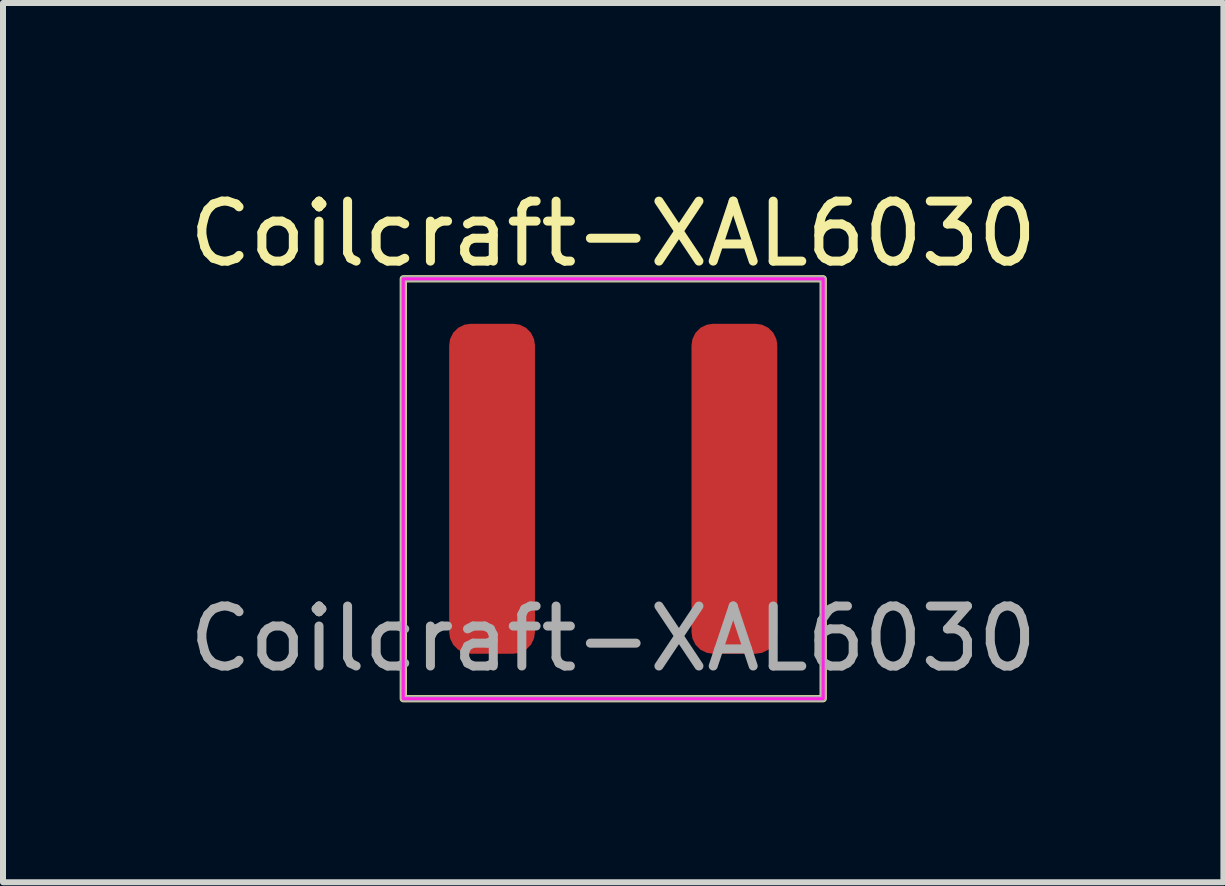
<source format=kicad_pcb>
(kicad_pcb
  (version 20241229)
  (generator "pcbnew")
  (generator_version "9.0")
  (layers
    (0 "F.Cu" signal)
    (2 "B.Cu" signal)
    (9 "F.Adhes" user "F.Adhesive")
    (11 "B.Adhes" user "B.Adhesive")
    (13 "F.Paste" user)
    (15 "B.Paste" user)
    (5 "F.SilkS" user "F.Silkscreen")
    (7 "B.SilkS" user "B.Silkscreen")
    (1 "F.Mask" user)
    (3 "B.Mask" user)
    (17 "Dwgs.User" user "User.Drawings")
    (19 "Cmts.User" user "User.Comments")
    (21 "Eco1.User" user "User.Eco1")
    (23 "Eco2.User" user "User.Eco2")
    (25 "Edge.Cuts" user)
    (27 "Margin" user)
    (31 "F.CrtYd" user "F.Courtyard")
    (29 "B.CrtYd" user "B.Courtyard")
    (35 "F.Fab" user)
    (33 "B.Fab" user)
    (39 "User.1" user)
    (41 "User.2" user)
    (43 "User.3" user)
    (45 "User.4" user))
  (footprint "Coilcraft-XAL6030"
    (layer "F.Cu")
    (at 7.173 5.098)
    (property "Reference" "Coilcraft-XAL6030" (at 0 -4.25 0) (unlocked yes) (layer "F.SilkS") (effects (font (size 1 1) (thickness 0.15))))
    (attr smd)
    (fp_rect (start -3.5 -3.5) (end 3.5 3.5) (stroke (width 0.12) (type solid)) (fill no) (layer "F.SilkS"))
    (fp_rect (start -3.5 -3.5) (end 3.5 3.5) (stroke (width 0.05) (type solid)) (fill no) (layer "F.CrtYd"))
    (fp_rect (start 3.5 -3.5) (end -3.5 3.5) (stroke (width 0.1) (type solid)) (fill no) (layer "F.Fab"))
    (fp_text user "${REFERENCE}" (at 0 2.5 0) (unlocked yes) (layer "F.Fab") (effects (font (size 1 1) (thickness 0.15))))
    (pad "1" smd roundrect (at -2.02 0) (size 1.43 5.5) (layers "F.Cu" "F.Mask" "F.Paste") (roundrect_rratio 0.25))
    (pad "2" smd roundrect (at 2.02 0) (size 1.43 5.5) (layers "F.Cu" "F.Mask" "F.Paste") (roundrect_rratio 0.25)))
  (gr_rect
    (start -3 -3)
    (end 17.345 11.658)
    (stroke (width 0.1) (type default))
    (fill no)
    (layer "Edge.Cuts")))
</source>
